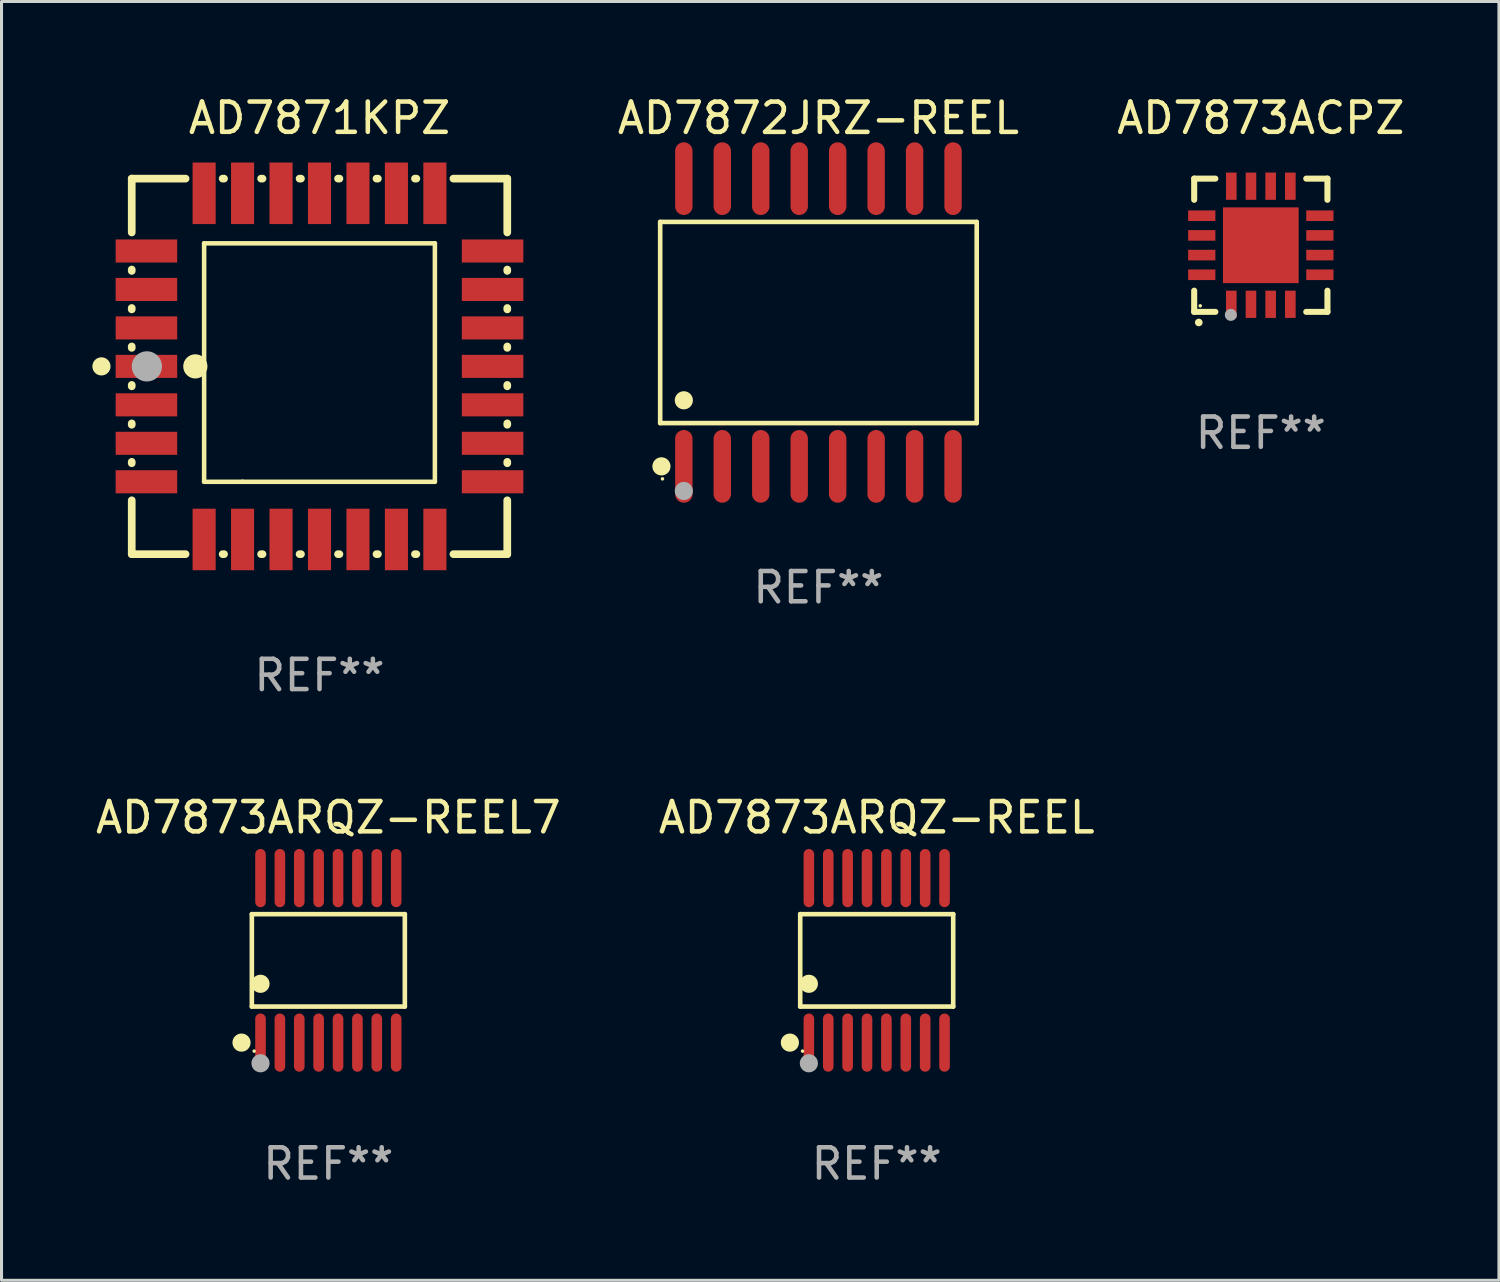
<source format=kicad_pcb>
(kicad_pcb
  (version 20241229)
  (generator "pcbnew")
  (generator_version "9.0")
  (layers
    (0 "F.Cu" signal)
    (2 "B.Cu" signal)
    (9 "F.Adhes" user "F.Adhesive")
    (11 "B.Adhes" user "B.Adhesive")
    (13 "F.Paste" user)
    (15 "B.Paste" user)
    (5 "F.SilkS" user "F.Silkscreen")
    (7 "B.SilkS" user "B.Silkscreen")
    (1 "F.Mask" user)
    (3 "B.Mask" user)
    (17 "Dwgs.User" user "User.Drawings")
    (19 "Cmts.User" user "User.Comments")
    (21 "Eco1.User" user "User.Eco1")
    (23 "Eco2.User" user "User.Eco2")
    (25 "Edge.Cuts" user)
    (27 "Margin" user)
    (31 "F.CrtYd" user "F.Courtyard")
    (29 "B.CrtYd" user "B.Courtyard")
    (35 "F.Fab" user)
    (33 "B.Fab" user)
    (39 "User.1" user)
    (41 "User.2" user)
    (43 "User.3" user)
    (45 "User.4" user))
  (footprint "AD7873ARQZ-REEL7"
    (layer "F.Cu")
    (at 7.792 28.661)
    (property "Reference" "AD7873ARQZ-REEL7" (at 0 -4.716 0) (layer "F.SilkS") (effects (font (size 1 1) (thickness 0.15))))
    (attr through_hole)
    (fp_line (start -2.526 -1.526) (end 2.526 -1.526) (stroke (width 0.152) (type solid)) (layer "F.SilkS"))
    (fp_line (start -2.526 1.526) (end -2.526 -1.526) (stroke (width 0.152) (type solid)) (layer "F.SilkS"))
    (fp_line (start 2.526 -1.526) (end 2.526 1.526) (stroke (width 0.152) (type solid)) (layer "F.SilkS"))
    (fp_line (start 2.526 1.526) (end -2.526 1.526) (stroke (width 0.152) (type solid)) (layer "F.SilkS"))
    (fp_circle (center -2.867 2.716) (end -2.717 2.716) (stroke (width 0.3) (type solid)) (fill no) (layer "F.SilkS"))
    (fp_circle (center -2.45 2.997) (end -2.42 2.997) (stroke (width 0.06) (type solid)) (fill no) (layer "F.SilkS"))
    (fp_circle (center -2.24 0.774) (end -2.09 0.774) (stroke (width 0.3) (type solid)) (fill no) (layer "F.SilkS"))
    (fp_circle (center -2.24 3.398) (end -2.09 3.398) (stroke (width 0.3) (type solid)) (fill no) (layer "F.Fab"))
    (fp_text user "REF**" (at 0 6.716 0) (layer "F.Fab") (effects (font (size 1 1) (thickness 0.15))))
    (pad "1" smd oval (at -2.24 2.716) (size 0.35 1.922) (layers "F.Cu" "F.Mask" "F.Paste"))
    (pad "2" smd oval (at -1.6 2.716) (size 0.35 1.922) (layers "F.Cu" "F.Mask" "F.Paste"))
    (pad "3" smd oval (at -0.96 2.716) (size 0.35 1.922) (layers "F.Cu" "F.Mask" "F.Paste"))
    (pad "4" smd oval (at -0.32 2.716) (size 0.35 1.922) (layers "F.Cu" "F.Mask" "F.Paste"))
    (pad "5" smd oval (at 0.32 2.716) (size 0.35 1.922) (layers "F.Cu" "F.Mask" "F.Paste"))
    (pad "6" smd oval (at 0.96 2.716) (size 0.35 1.922) (layers "F.Cu" "F.Mask" "F.Paste"))
    (pad "7" smd oval (at 1.6 2.716) (size 0.35 1.922) (layers "F.Cu" "F.Mask" "F.Paste"))
    (pad "8" smd oval (at 2.24 2.716) (size 0.35 1.922) (layers "F.Cu" "F.Mask" "F.Paste"))
    (pad "9" smd oval (at 2.24 -2.716) (size 0.35 1.922) (layers "F.Cu" "F.Mask" "F.Paste"))
    (pad "10" smd oval (at 1.6 -2.716) (size 0.35 1.922) (layers "F.Cu" "F.Mask" "F.Paste"))
    (pad "11" smd oval (at 0.96 -2.716) (size 0.35 1.922) (layers "F.Cu" "F.Mask" "F.Paste"))
    (pad "12" smd oval (at 0.32 -2.716) (size 0.35 1.922) (layers "F.Cu" "F.Mask" "F.Paste"))
    (pad "13" smd oval (at -0.32 -2.716) (size 0.35 1.922) (layers "F.Cu" "F.Mask" "F.Paste"))
    (pad "14" smd oval (at -0.96 -2.716) (size 0.35 1.922) (layers "F.Cu" "F.Mask" "F.Paste"))
    (pad "15" smd oval (at -1.6 -2.716) (size 0.35 1.922) (layers "F.Cu" "F.Mask" "F.Paste"))
    (pad "16" smd oval (at -2.24 -2.716) (size 0.35 1.922) (layers "F.Cu" "F.Mask" "F.Paste")))
  (footprint "AD7872JRZ-REEL"
    (layer "F.Cu")
    (at 23.975 7.599)
    (property "Reference" "AD7872JRZ-REEL" (at 0 -6.75 0) (layer "F.SilkS") (effects (font (size 1 1) (thickness 0.15))))
    (attr through_hole)
    (fp_line (start -5.226 -3.321) (end 5.226 -3.321) (stroke (width 0.152) (type solid)) (layer "F.SilkS"))
    (fp_line (start -5.226 3.321) (end -5.226 -3.321) (stroke (width 0.152) (type solid)) (layer "F.SilkS"))
    (fp_line (start 5.226 -3.321) (end 5.226 3.321) (stroke (width 0.152) (type solid)) (layer "F.SilkS"))
    (fp_line (start 5.226 3.321) (end -5.226 3.321) (stroke (width 0.152) (type solid)) (layer "F.SilkS"))
    (fp_circle (center -5.184 4.75) (end -5.034 4.75) (stroke (width 0.3) (type solid)) (fill no) (layer "F.SilkS"))
    (fp_circle (center -5.15 5.163) (end -5.12 5.163) (stroke (width 0.06) (type solid)) (fill no) (layer "F.SilkS"))
    (fp_circle (center -4.445 2.569) (end -4.295 2.569) (stroke (width 0.3) (type solid)) (fill no) (layer "F.SilkS"))
    (fp_circle (center -4.445 5.563) (end -4.295 5.563) (stroke (width 0.3) (type solid)) (fill no) (layer "F.Fab"))
    (fp_text user "REF**" (at 0 8.75 0) (layer "F.Fab") (effects (font (size 1 1) (thickness 0.15))))
    (pad "1" smd oval (at -4.445 4.75) (size 0.574 2.401) (layers "F.Cu" "F.Mask" "F.Paste"))
    (pad "2" smd oval (at -3.175 4.75) (size 0.574 2.401) (layers "F.Cu" "F.Mask" "F.Paste"))
    (pad "3" smd oval (at -1.905 4.75) (size 0.574 2.401) (layers "F.Cu" "F.Mask" "F.Paste"))
    (pad "4" smd oval (at -0.635 4.75) (size 0.574 2.401) (layers "F.Cu" "F.Mask" "F.Paste"))
    (pad "5" smd oval (at 0.635 4.75) (size 0.574 2.401) (layers "F.Cu" "F.Mask" "F.Paste"))
    (pad "6" smd oval (at 1.905 4.75) (size 0.574 2.401) (layers "F.Cu" "F.Mask" "F.Paste"))
    (pad "7" smd oval (at 3.175 4.75) (size 0.574 2.401) (layers "F.Cu" "F.Mask" "F.Paste"))
    (pad "8" smd oval (at 4.445 4.75) (size 0.574 2.401) (layers "F.Cu" "F.Mask" "F.Paste"))
    (pad "9" smd oval (at 4.445 -4.75) (size 0.574 2.401) (layers "F.Cu" "F.Mask" "F.Paste"))
    (pad "10" smd oval (at 3.175 -4.75) (size 0.574 2.401) (layers "F.Cu" "F.Mask" "F.Paste"))
    (pad "11" smd oval (at 1.905 -4.75) (size 0.574 2.401) (layers "F.Cu" "F.Mask" "F.Paste"))
    (pad "12" smd oval (at 0.635 -4.75) (size 0.574 2.401) (layers "F.Cu" "F.Mask" "F.Paste"))
    (pad "13" smd oval (at -0.635 -4.75) (size 0.574 2.401) (layers "F.Cu" "F.Mask" "F.Paste"))
    (pad "14" smd oval (at -1.905 -4.75) (size 0.574 2.401) (layers "F.Cu" "F.Mask" "F.Paste"))
    (pad "15" smd oval (at -3.175 -4.75) (size 0.574 2.401) (layers "F.Cu" "F.Mask" "F.Paste"))
    (pad "16" smd oval (at -4.445 -4.75) (size 0.574 2.401) (layers "F.Cu" "F.Mask" "F.Paste")))
  (footprint "AD7871KPZ"
    (layer "F.Cu")
    (at 7.5 9.048)
    (property "Reference" "AD7871KPZ" (at 0 -8.2 0) (layer "F.SilkS") (effects (font (size 1 1) (thickness 0.15))))
    (attr through_hole)
    (fp_line (start -6.2 -6.2) (end -4.422 -6.2) (stroke (width 0.254) (type solid)) (layer "F.SilkS"))
    (fp_line (start -6.2 -4.422) (end -6.2 -6.2) (stroke (width 0.254) (type solid)) (layer "F.SilkS"))
    (fp_line (start -6.2 -3.152) (end -6.2 -3.198) (stroke (width 0.254) (type solid)) (layer "F.SilkS"))
    (fp_line (start -6.2 -1.882) (end -6.2 -1.928) (stroke (width 0.254) (type solid)) (layer "F.SilkS"))
    (fp_line (start -6.2 -0.612) (end -6.2 -0.658) (stroke (width 0.254) (type solid)) (layer "F.SilkS"))
    (fp_line (start -6.2 0.658) (end -6.2 0.612) (stroke (width 0.254) (type solid)) (layer "F.SilkS"))
    (fp_line (start -6.2 1.928) (end -6.2 1.882) (stroke (width 0.254) (type solid)) (layer "F.SilkS"))
    (fp_line (start -6.2 3.198) (end -6.2 3.152) (stroke (width 0.254) (type solid)) (layer "F.SilkS"))
    (fp_line (start -6.2 6.2) (end -6.2 4.422) (stroke (width 0.254) (type solid)) (layer "F.SilkS"))
    (fp_line (start -4.422 6.2) (end -6.2 6.2) (stroke (width 0.254) (type solid)) (layer "F.SilkS"))
    (fp_line (start -3.81 -4.064) (end 3.81 -4.064) (stroke (width 0.15) (type solid)) (layer "F.SilkS"))
    (fp_line (start -3.81 3.81) (end -3.81 -4.064) (stroke (width 0.15) (type solid)) (layer "F.SilkS"))
    (fp_line (start -3.198 -6.2) (end -3.152 -6.2) (stroke (width 0.254) (type solid)) (layer "F.SilkS"))
    (fp_line (start -3.152 6.2) (end -3.198 6.2) (stroke (width 0.254) (type solid)) (layer "F.SilkS"))
    (fp_line (start -2.54 3.81) (end -3.81 3.81) (stroke (width 0.15) (type solid)) (layer "F.SilkS"))
    (fp_line (start -1.928 -6.2) (end -1.882 -6.2) (stroke (width 0.254) (type solid)) (layer "F.SilkS"))
    (fp_line (start -1.882 6.2) (end -1.928 6.2) (stroke (width 0.254) (type solid)) (layer "F.SilkS"))
    (fp_line (start -0.658 -6.2) (end -0.612 -6.2) (stroke (width 0.254) (type solid)) (layer "F.SilkS"))
    (fp_line (start -0.612 6.2) (end -0.658 6.2) (stroke (width 0.254) (type solid)) (layer "F.SilkS"))
    (fp_line (start 0.612 -6.2) (end 0.658 -6.2) (stroke (width 0.254) (type solid)) (layer "F.SilkS"))
    (fp_line (start 0.658 6.2) (end 0.612 6.2) (stroke (width 0.254) (type solid)) (layer "F.SilkS"))
    (fp_line (start 1.882 -6.2) (end 1.928 -6.2) (stroke (width 0.254) (type solid)) (layer "F.SilkS"))
    (fp_line (start 1.928 6.2) (end 1.882 6.2) (stroke (width 0.254) (type solid)) (layer "F.SilkS"))
    (fp_line (start 3.152 -6.2) (end 3.198 -6.2) (stroke (width 0.254) (type solid)) (layer "F.SilkS"))
    (fp_line (start 3.198 6.2) (end 3.152 6.2) (stroke (width 0.254) (type solid)) (layer "F.SilkS"))
    (fp_line (start 3.81 -4.064) (end 3.81 3.81) (stroke (width 0.15) (type solid)) (layer "F.SilkS"))
    (fp_line (start 3.81 3.81) (end -2.54 3.81) (stroke (width 0.15) (type solid)) (layer "F.SilkS"))
    (fp_line (start 4.422 -6.2) (end 6.2 -6.2) (stroke (width 0.254) (type solid)) (layer "F.SilkS"))
    (fp_line (start 6.2 -6.2) (end 6.2 -4.422) (stroke (width 0.254) (type solid)) (layer "F.SilkS"))
    (fp_line (start 6.2 -3.198) (end 6.2 -3.152) (stroke (width 0.254) (type solid)) (layer "F.SilkS"))
    (fp_line (start 6.2 -1.928) (end 6.2 -1.882) (stroke (width 0.254) (type solid)) (layer "F.SilkS"))
    (fp_line (start 6.2 -0.658) (end 6.2 -0.612) (stroke (width 0.254) (type solid)) (layer "F.SilkS"))
    (fp_line (start 6.2 0.612) (end 6.2 0.658) (stroke (width 0.254) (type solid)) (layer "F.SilkS"))
    (fp_line (start 6.2 1.882) (end 6.2 1.928) (stroke (width 0.254) (type solid)) (layer "F.SilkS"))
    (fp_line (start 6.2 3.152) (end 6.2 3.198) (stroke (width 0.254) (type solid)) (layer "F.SilkS"))
    (fp_line (start 6.2 4.422) (end 6.2 6.2) (stroke (width 0.254) (type solid)) (layer "F.SilkS"))
    (fp_line (start 6.2 6.2) (end 4.422 6.2) (stroke (width 0.254) (type solid)) (layer "F.SilkS"))
    (fp_circle (center -7.2 0) (end -7.05 0) (stroke (width 0.3) (type solid)) (fill no) (layer "F.SilkS"))
    (fp_circle (center -6.223 6.223) (end -6.193 6.223) (stroke (width 0.06) (type solid)) (fill no) (layer "F.SilkS"))
    (fp_circle (center -4.1 0) (end -3.9 0) (stroke (width 0.4) (type solid)) (fill no) (layer "F.SilkS"))
    (fp_circle (center -5.7 0) (end -5.45 0) (stroke (width 0.5) (type solid)) (fill no) (layer "F.Fab"))
    (fp_text user "REF**" (at 0 10.2 0) (layer "F.Fab") (effects (font (size 1 1) (thickness 0.15))))
    (pad "1" smd rect (at -5.715 0) (size 2.032 0.762) (layers "F.Cu" "F.Mask" "F.Paste"))
    (pad "2" smd rect (at -5.715 1.27) (size 2.032 0.762) (layers "F.Cu" "F.Mask" "F.Paste"))
    (pad "3" smd rect (at -5.715 2.54) (size 2.032 0.762) (layers "F.Cu" "F.Mask" "F.Paste"))
    (pad "4" smd rect (at -5.715 3.81) (size 2.032 0.762) (layers "F.Cu" "F.Mask" "F.Paste"))
    (pad "5" smd rect (at -3.81 5.715) (size 0.762 2.032) (layers "F.Cu" "F.Mask" "F.Paste"))
    (pad "6" smd rect (at -2.54 5.715) (size 0.762 2.032) (layers "F.Cu" "F.Mask" "F.Paste"))
    (pad "7" smd rect (at -1.27 5.715) (size 0.762 2.032) (layers "F.Cu" "F.Mask" "F.Paste"))
    (pad "8" smd rect (at 0 5.715) (size 0.762 2.032) (layers "F.Cu" "F.Mask" "F.Paste"))
    (pad "9" smd rect (at 1.27 5.715) (size 0.762 2.032) (layers "F.Cu" "F.Mask" "F.Paste"))
    (pad "10" smd rect (at 2.54 5.715) (size 0.762 2.032) (layers "F.Cu" "F.Mask" "F.Paste"))
    (pad "11" smd rect (at 3.81 5.715) (size 0.762 2.032) (layers "F.Cu" "F.Mask" "F.Paste"))
    (pad "12" smd rect (at 5.715 3.81) (size 2.032 0.762) (layers "F.Cu" "F.Mask" "F.Paste"))
    (pad "13" smd rect (at 5.715 2.54) (size 2.032 0.762) (layers "F.Cu" "F.Mask" "F.Paste"))
    (pad "14" smd rect (at 5.715 1.27) (size 2.032 0.762) (layers "F.Cu" "F.Mask" "F.Paste"))
    (pad "15" smd rect (at 5.715 0) (size 2.032 0.762) (layers "F.Cu" "F.Mask" "F.Paste"))
    (pad "16" smd rect (at 5.715 -1.27) (size 2.032 0.762) (layers "F.Cu" "F.Mask" "F.Paste"))
    (pad "17" smd rect (at 5.715 -2.54) (size 2.032 0.762) (layers "F.Cu" "F.Mask" "F.Paste"))
    (pad "18" smd rect (at 5.715 -3.81) (size 2.032 0.762) (layers "F.Cu" "F.Mask" "F.Paste"))
    (pad "19" smd rect (at 3.81 -5.715) (size 0.762 2.032) (layers "F.Cu" "F.Mask" "F.Paste"))
    (pad "20" smd rect (at 2.54 -5.715) (size 0.762 2.032) (layers "F.Cu" "F.Mask" "F.Paste"))
    (pad "21" smd rect (at 1.27 -5.715) (size 0.762 2.032) (layers "F.Cu" "F.Mask" "F.Paste"))
    (pad "22" smd rect (at 0 -5.715) (size 0.762 2.032) (layers "F.Cu" "F.Mask" "F.Paste"))
    (pad "23" smd rect (at -1.27 -5.715) (size 0.762 2.032) (layers "F.Cu" "F.Mask" "F.Paste"))
    (pad "24" smd rect (at -2.54 -5.715) (size 0.762 2.032) (layers "F.Cu" "F.Mask" "F.Paste"))
    (pad "25" smd rect (at -3.81 -5.715) (size 0.762 2.032) (layers "F.Cu" "F.Mask" "F.Paste"))
    (pad "26" smd rect (at -5.715 -3.81) (size 2.032 0.762) (layers "F.Cu" "F.Mask" "F.Paste"))
    (pad "27" smd rect (at -5.715 -2.54) (size 2.032 0.762) (layers "F.Cu" "F.Mask" "F.Paste"))
    (pad "28" smd rect (at -5.715 -1.27) (size 2.032 0.762) (layers "F.Cu" "F.Mask" "F.Paste")))
  (footprint "AD7873ARQZ-REEL"
    (layer "F.Cu")
    (at 25.899 28.661)
    (property "Reference" "AD7873ARQZ-REEL" (at 0 -4.716 0) (layer "F.SilkS") (effects (font (size 1 1) (thickness 0.15))))
    (attr through_hole)
    (fp_line (start -2.526 -1.526) (end 2.526 -1.526) (stroke (width 0.152) (type solid)) (layer "F.SilkS"))
    (fp_line (start -2.526 1.526) (end -2.526 -1.526) (stroke (width 0.152) (type solid)) (layer "F.SilkS"))
    (fp_line (start 2.526 -1.526) (end 2.526 1.526) (stroke (width 0.152) (type solid)) (layer "F.SilkS"))
    (fp_line (start 2.526 1.526) (end -2.526 1.526) (stroke (width 0.152) (type solid)) (layer "F.SilkS"))
    (fp_circle (center -2.867 2.716) (end -2.717 2.716) (stroke (width 0.3) (type solid)) (fill no) (layer "F.SilkS"))
    (fp_circle (center -2.45 2.997) (end -2.42 2.997) (stroke (width 0.06) (type solid)) (fill no) (layer "F.SilkS"))
    (fp_circle (center -2.24 0.774) (end -2.09 0.774) (stroke (width 0.3) (type solid)) (fill no) (layer "F.SilkS"))
    (fp_circle (center -2.24 3.398) (end -2.09 3.398) (stroke (width 0.3) (type solid)) (fill no) (layer "F.Fab"))
    (fp_text user "REF**" (at 0 6.716 0) (layer "F.Fab") (effects (font (size 1 1) (thickness 0.15))))
    (pad "1" smd oval (at -2.24 2.716) (size 0.35 1.922) (layers "F.Cu" "F.Mask" "F.Paste"))
    (pad "2" smd oval (at -1.6 2.716) (size 0.35 1.922) (layers "F.Cu" "F.Mask" "F.Paste"))
    (pad "3" smd oval (at -0.96 2.716) (size 0.35 1.922) (layers "F.Cu" "F.Mask" "F.Paste"))
    (pad "4" smd oval (at -0.32 2.716) (size 0.35 1.922) (layers "F.Cu" "F.Mask" "F.Paste"))
    (pad "5" smd oval (at 0.32 2.716) (size 0.35 1.922) (layers "F.Cu" "F.Mask" "F.Paste"))
    (pad "6" smd oval (at 0.96 2.716) (size 0.35 1.922) (layers "F.Cu" "F.Mask" "F.Paste"))
    (pad "7" smd oval (at 1.6 2.716) (size 0.35 1.922) (layers "F.Cu" "F.Mask" "F.Paste"))
    (pad "8" smd oval (at 2.24 2.716) (size 0.35 1.922) (layers "F.Cu" "F.Mask" "F.Paste"))
    (pad "9" smd oval (at 2.24 -2.716) (size 0.35 1.922) (layers "F.Cu" "F.Mask" "F.Paste"))
    (pad "10" smd oval (at 1.6 -2.716) (size 0.35 1.922) (layers "F.Cu" "F.Mask" "F.Paste"))
    (pad "11" smd oval (at 0.96 -2.716) (size 0.35 1.922) (layers "F.Cu" "F.Mask" "F.Paste"))
    (pad "12" smd oval (at 0.32 -2.716) (size 0.35 1.922) (layers "F.Cu" "F.Mask" "F.Paste"))
    (pad "13" smd oval (at -0.32 -2.716) (size 0.35 1.922) (layers "F.Cu" "F.Mask" "F.Paste"))
    (pad "14" smd oval (at -0.96 -2.716) (size 0.35 1.922) (layers "F.Cu" "F.Mask" "F.Paste"))
    (pad "15" smd oval (at -1.6 -2.716) (size 0.35 1.922) (layers "F.Cu" "F.Mask" "F.Paste"))
    (pad "16" smd oval (at -2.24 -2.716) (size 0.35 1.922) (layers "F.Cu" "F.Mask" "F.Paste")))
  (footprint "AD7873ACPZ"
    (layer "F.Cu")
    (at 38.582 5.048)
    (property "Reference" "AD7873ACPZ" (at 0 -4.2 0) (layer "F.SilkS") (effects (font (size 1 1) (thickness 0.15))))
    (attr through_hole)
    (fp_line (start -2.2 -2.2) (end -1.5 -2.2) (stroke (width 0.2) (type solid)) (layer "F.SilkS"))
    (fp_line (start -2.2 -1.5) (end -2.2 -2.2) (stroke (width 0.2) (type solid)) (layer "F.SilkS"))
    (fp_line (start -2.2 2.2) (end -2.2 1.5) (stroke (width 0.2) (type solid)) (layer "F.SilkS"))
    (fp_line (start -1.5 2.2) (end -2.2 2.2) (stroke (width 0.2) (type solid)) (layer "F.SilkS"))
    (fp_line (start 1.5 2.2) (end 2.2 2.2) (stroke (width 0.2) (type solid)) (layer "F.SilkS"))
    (fp_line (start 2.2 -2.2) (end 1.5 -2.2) (stroke (width 0.2) (type solid)) (layer "F.SilkS"))
    (fp_line (start 2.2 -1.5) (end 2.2 -2.2) (stroke (width 0.2) (type solid)) (layer "F.SilkS"))
    (fp_line (start 2.2 2.2) (end 2.2 1.5) (stroke (width 0.2) (type solid)) (layer "F.SilkS"))
    (fp_arc (start -2.049784 2.550165) (mid -2.048514 2.550159) (end -2.047244 2.550165) (stroke (width 0.25) (type solid)) (layer "F.SilkS"))
    (fp_circle (center -2 2) (end -1.97 2) (stroke (width 0.06) (type solid)) (fill no) (layer "F.SilkS"))
    (fp_circle (center -0.99 2.3) (end -0.89 2.3) (stroke (width 0.2) (type solid)) (fill no) (layer "F.Fab"))
    (fp_text user "REF**" (at 0 6.2 0) (layer "F.Fab") (effects (font (size 1 1) (thickness 0.15))))
    (pad "1" smd rect (at -0.975 1.95 180) (size 0.35 0.9) (layers "F.Cu" "F.Mask" "F.Paste"))
    (pad "2" smd rect (at -0.325 1.95 180) (size 0.35 0.9) (layers "F.Cu" "F.Mask" "F.Paste"))
    (pad "3" smd rect (at 0.325 1.95 180) (size 0.35 0.9) (layers "F.Cu" "F.Mask" "F.Paste"))
    (pad "4" smd rect (at 0.975 1.95 180) (size 0.35 0.9) (layers "F.Cu" "F.Mask" "F.Paste"))
    (pad "5" smd rect (at 1.95 0.975 90) (size 0.35 0.9) (layers "F.Cu" "F.Mask" "F.Paste"))
    (pad "6" smd rect (at 1.95 0.325 90) (size 0.35 0.9) (layers "F.Cu" "F.Mask" "F.Paste"))
    (pad "7" smd rect (at 1.95 -0.325 90) (size 0.35 0.9) (layers "F.Cu" "F.Mask" "F.Paste"))
    (pad "8" smd rect (at 1.95 -0.975 90) (size 0.35 0.9) (layers "F.Cu" "F.Mask" "F.Paste"))
    (pad "9" smd rect (at 0.975 -1.95 180) (size 0.35 0.9) (layers "F.Cu" "F.Mask" "F.Paste"))
    (pad "10" smd rect (at 0.325 -1.95 180) (size 0.35 0.9) (layers "F.Cu" "F.Mask" "F.Paste"))
    (pad "11" smd rect (at -0.325 -1.95 180) (size 0.35 0.9) (layers "F.Cu" "F.Mask" "F.Paste"))
    (pad "12" smd rect (at -0.975 -1.95 180) (size 0.35 0.9) (layers "F.Cu" "F.Mask" "F.Paste"))
    (pad "13" smd rect (at -1.95 -0.975 90) (size 0.35 0.9) (layers "F.Cu" "F.Mask" "F.Paste"))
    (pad "14" smd rect (at -1.95 -0.325 90) (size 0.35 0.9) (layers "F.Cu" "F.Mask" "F.Paste"))
    (pad "15" smd rect (at -1.95 0.325 90) (size 0.35 0.9) (layers "F.Cu" "F.Mask" "F.Paste"))
    (pad "16" smd rect (at -1.95 0.975 90) (size 0.35 0.9) (layers "F.Cu" "F.Mask" "F.Paste"))
    (pad "17" smd rect (at 0.000051 0.000051 90) (size 2.5 2.5) (layers "F.Cu" "F.Mask" "F.Paste")))
  (gr_rect
    (start -3 -3)
    (end 46.445 39.225)
    (stroke (width 0.1) (type default))
    (fill no)
    (layer "Edge.Cuts")))
</source>
